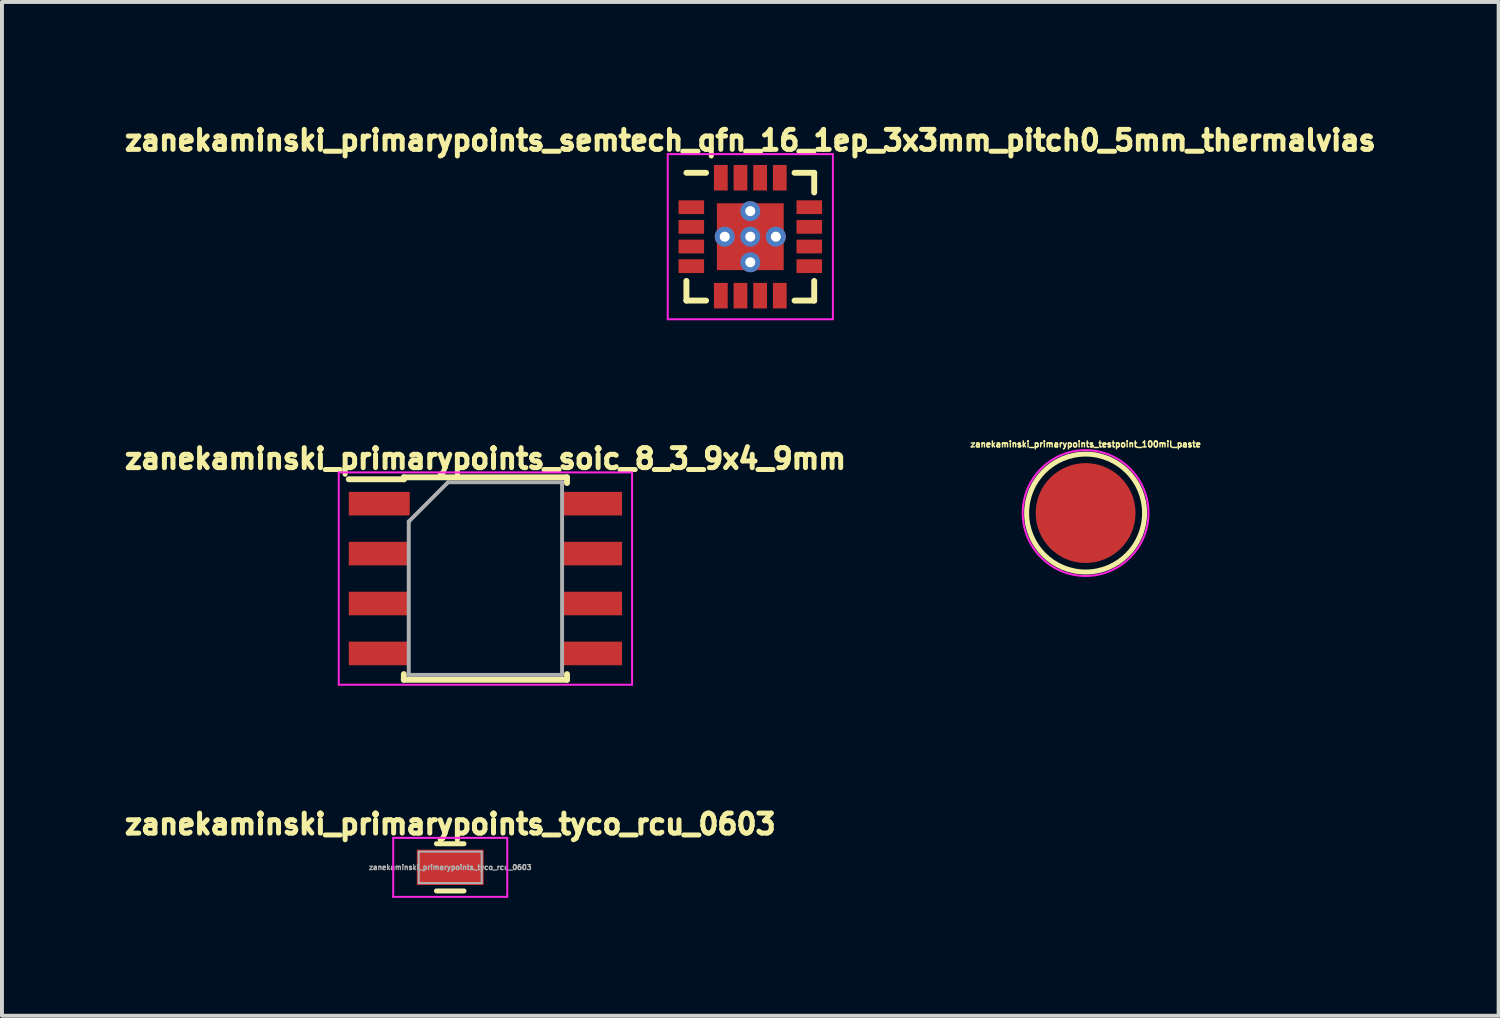
<source format=kicad_pcb>
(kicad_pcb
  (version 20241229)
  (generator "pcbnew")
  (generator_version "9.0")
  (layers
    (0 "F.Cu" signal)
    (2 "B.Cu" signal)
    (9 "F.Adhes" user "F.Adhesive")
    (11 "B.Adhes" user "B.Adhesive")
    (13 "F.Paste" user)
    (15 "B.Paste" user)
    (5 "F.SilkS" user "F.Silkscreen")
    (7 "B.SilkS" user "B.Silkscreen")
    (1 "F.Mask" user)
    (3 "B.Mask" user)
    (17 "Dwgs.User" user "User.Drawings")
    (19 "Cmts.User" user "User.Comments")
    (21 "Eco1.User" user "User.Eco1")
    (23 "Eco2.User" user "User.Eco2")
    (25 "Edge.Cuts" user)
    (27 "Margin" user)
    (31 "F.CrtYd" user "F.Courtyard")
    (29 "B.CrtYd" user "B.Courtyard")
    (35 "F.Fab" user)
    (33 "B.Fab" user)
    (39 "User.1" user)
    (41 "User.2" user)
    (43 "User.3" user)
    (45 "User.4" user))
  (footprint "zanekaminski_primarypoints_testpoint_100mil_paste"
    (layer "F.Cu")
    (at 24.561 9.999)
    (property "Reference" "zanekaminski_primarypoints_testpoint_100mil_paste" (at 0 -1.75 0) (layer "F.SilkS") (effects (font (size 0.15 0.15) (thickness 0.037))))
    (attr through_hole)
    (fp_circle (center 0 0) (end 0 1.5) (stroke (width 0.127) (type solid)) (fill no) (layer "F.SilkS"))
    (fp_circle (center 0 0) (end 0 -1.6) (stroke (width 0.05) (type solid)) (fill no) (layer "F.CrtYd"))
    (pad "1" smd circle (at 0 0) (size 2.54 2.54) (layers "F.Cu" "F.Mask" "F.Paste")))
  (footprint "zanekaminski_primarypoints_semtech_qfn_16_1ep_3x3mm_pitch0_5mm_thermalvias"
    (layer "F.Cu")
    (at 16.033 2.97)
    (property "Reference" "zanekaminski_primarypoints_semtech_qfn_16_1ep_3x3mm_pitch0_5mm_thermalvias" (at 0 -2.45 0) (layer "F.SilkS") (effects (font (size 0.508 0.508) (thickness 0.127))))
    (attr smd)
    (fp_line (start -1.625 -1.625) (end -1.125 -1.625) (stroke (width 0.15) (type solid)) (layer "F.SilkS"))
    (fp_line (start -1.625 1.625) (end -1.625 1.125) (stroke (width 0.15) (type solid)) (layer "F.SilkS"))
    (fp_line (start -1.625 1.625) (end -1.125 1.625) (stroke (width 0.15) (type solid)) (layer "F.SilkS"))
    (fp_line (start 1.625 -1.625) (end 1.125 -1.625) (stroke (width 0.15) (type solid)) (layer "F.SilkS"))
    (fp_line (start 1.625 -1.625) (end 1.625 -1.125) (stroke (width 0.15) (type solid)) (layer "F.SilkS"))
    (fp_line (start 1.625 1.625) (end 1.125 1.625) (stroke (width 0.15) (type solid)) (layer "F.SilkS"))
    (fp_line (start 1.625 1.625) (end 1.625 1.125) (stroke (width 0.15) (type solid)) (layer "F.SilkS"))
    (fp_line (start -2.1 -2.1) (end -2.1 2.1) (stroke (width 0.05) (type solid)) (layer "F.CrtYd"))
    (fp_line (start -2.1 -2.1) (end 2.1 -2.1) (stroke (width 0.05) (type solid)) (layer "F.CrtYd"))
    (fp_line (start -2.1 2.1) (end 2.1 2.1) (stroke (width 0.05) (type solid)) (layer "F.CrtYd"))
    (fp_line (start 2.1 -2.1) (end 2.1 2.1) (stroke (width 0.05) (type solid)) (layer "F.CrtYd"))
    (pad "" smd rect (at -0.425 -0.425) (size 0.85 0.85) (layers "F.Paste"))
    (pad "" smd rect (at -0.425 0.425) (size 0.85 0.85) (layers "F.Paste"))
    (pad "" smd rect (at 0.425 -0.425) (size 0.85 0.85) (layers "F.Paste"))
    (pad "" smd rect (at 0.425 0.425) (size 0.85 0.85) (layers "F.Paste"))
    (pad "1" smd rect (at -1.5 -0.75) (size 0.65 0.35) (layers "F.Cu" "F.Mask" "F.Paste"))
    (pad "2" smd rect (at -1.5 -0.25) (size 0.65 0.35) (layers "F.Cu" "F.Mask" "F.Paste"))
    (pad "3" smd rect (at -1.5 0.25) (size 0.65 0.35) (layers "F.Cu" "F.Mask" "F.Paste"))
    (pad "4" smd rect (at -1.5 0.75) (size 0.65 0.35) (layers "F.Cu" "F.Mask" "F.Paste"))
    (pad "5" smd rect (at -0.75 1.5) (size 0.35 0.65) (layers "F.Cu" "F.Mask" "F.Paste"))
    (pad "6" smd rect (at -0.25 1.5) (size 0.35 0.65) (layers "F.Cu" "F.Mask" "F.Paste"))
    (pad "7" smd rect (at 0.25 1.5) (size 0.35 0.65) (layers "F.Cu" "F.Mask" "F.Paste"))
    (pad "8" smd rect (at 0.75 1.5) (size 0.35 0.65) (layers "F.Cu" "F.Mask" "F.Paste"))
    (pad "9" smd rect (at 1.5 0.75) (size 0.65 0.35) (layers "F.Cu" "F.Mask" "F.Paste"))
    (pad "10" smd rect (at 1.5 0.25) (size 0.65 0.35) (layers "F.Cu" "F.Mask" "F.Paste"))
    (pad "11" smd rect (at 1.5 -0.25) (size 0.65 0.35) (layers "F.Cu" "F.Mask" "F.Paste"))
    (pad "12" smd rect (at 1.5 -0.75) (size 0.65 0.35) (layers "F.Cu" "F.Mask" "F.Paste"))
    (pad "13" smd rect (at 0.75 -1.5) (size 0.35 0.65) (layers "F.Cu" "F.Mask" "F.Paste"))
    (pad "14" smd rect (at 0.25 -1.5) (size 0.35 0.65) (layers "F.Cu" "F.Mask" "F.Paste"))
    (pad "15" smd rect (at -0.25 -1.5) (size 0.35 0.65) (layers "F.Cu" "F.Mask" "F.Paste"))
    (pad "16" smd rect (at -0.75 -1.5) (size 0.35 0.65) (layers "F.Cu" "F.Mask" "F.Paste"))
    (pad "17" thru_hole circle (at -0.65 0) (size 0.508 0.508) (drill 0.254) (layers "*.Cu"))
    (pad "17" thru_hole circle (at 0 -0.65) (size 0.508 0.508) (drill 0.254) (layers "*.Cu"))
    (pad "17" thru_hole circle (at 0 0) (size 0.508 0.508) (drill 0.254) (layers "*.Cu" "*.Mask"))
    (pad "17" smd rect (at 0 0) (size 1.7 1.7) (layers "F.Cu" "F.Mask"))
    (pad "17" thru_hole circle (at 0 0.65) (size 0.508 0.508) (drill 0.254) (layers "*.Cu"))
    (pad "17" thru_hole circle (at 0.65 0) (size 0.508 0.508) (drill 0.254) (layers "*.Cu")))
  (footprint "zanekaminski_primarypoints_soic_8_3_9x4_9mm"
    (layer "F.Cu")
    (at 9.296 11.665)
    (property "Reference" "zanekaminski_primarypoints_soic_8_3_9x4_9mm" (at 0 -3.05 0) (layer "F.SilkS") (effects (font (size 0.508 0.508) (thickness 0.127))))
    (attr smd)
    (fp_line (start -2.075 -2.575) (end -2.075 -2.525) (stroke (width 0.15) (type solid)) (layer "F.SilkS"))
    (fp_line (start -2.075 -2.575) (end 2.075 -2.575) (stroke (width 0.15) (type solid)) (layer "F.SilkS"))
    (fp_line (start -2.075 -2.525) (end -3.475 -2.525) (stroke (width 0.15) (type solid)) (layer "F.SilkS"))
    (fp_line (start -2.075 2.575) (end -2.075 2.43) (stroke (width 0.15) (type solid)) (layer "F.SilkS"))
    (fp_line (start -2.075 2.575) (end 2.075 2.575) (stroke (width 0.15) (type solid)) (layer "F.SilkS"))
    (fp_line (start 2.075 -2.575) (end 2.075 -2.43) (stroke (width 0.15) (type solid)) (layer "F.SilkS"))
    (fp_line (start 2.075 2.575) (end 2.075 2.43) (stroke (width 0.15) (type solid)) (layer "F.SilkS"))
    (fp_line (start -3.73 -2.7) (end -3.73 2.7) (stroke (width 0.05) (type solid)) (layer "F.CrtYd"))
    (fp_line (start -3.73 -2.7) (end 3.73 -2.7) (stroke (width 0.05) (type solid)) (layer "F.CrtYd"))
    (fp_line (start -3.73 2.7) (end 3.73 2.7) (stroke (width 0.05) (type solid)) (layer "F.CrtYd"))
    (fp_line (start 3.73 -2.7) (end 3.73 2.7) (stroke (width 0.05) (type solid)) (layer "F.CrtYd"))
    (fp_line (start -1.95 -1.45) (end -0.95 -2.45) (stroke (width 0.1) (type solid)) (layer "F.Fab"))
    (fp_line (start -1.95 2.45) (end -1.95 -1.45) (stroke (width 0.1) (type solid)) (layer "F.Fab"))
    (fp_line (start -0.95 -2.45) (end 1.95 -2.45) (stroke (width 0.1) (type solid)) (layer "F.Fab"))
    (fp_line (start 1.95 -2.45) (end 1.95 2.45) (stroke (width 0.1) (type solid)) (layer "F.Fab"))
    (fp_line (start 1.95 2.45) (end -1.95 2.45) (stroke (width 0.1) (type solid)) (layer "F.Fab"))
    (pad "1" smd rect (at -2.7 -1.905) (size 1.55 0.6) (layers "F.Cu" "F.Mask" "F.Paste"))
    (pad "2" smd rect (at -2.7 -0.635) (size 1.55 0.6) (layers "F.Cu" "F.Mask" "F.Paste"))
    (pad "3" smd rect (at -2.7 0.635) (size 1.55 0.6) (layers "F.Cu" "F.Mask" "F.Paste"))
    (pad "4" smd rect (at -2.7 1.905) (size 1.55 0.6) (layers "F.Cu" "F.Mask" "F.Paste"))
    (pad "5" smd rect (at 2.7 1.905) (size 1.55 0.6) (layers "F.Cu" "F.Mask" "F.Paste"))
    (pad "6" smd rect (at 2.7 0.635) (size 1.55 0.6) (layers "F.Cu" "F.Mask" "F.Paste"))
    (pad "7" smd rect (at 2.7 -0.635) (size 1.55 0.6) (layers "F.Cu" "F.Mask" "F.Paste"))
    (pad "8" smd rect (at 2.7 -1.905) (size 1.55 0.6) (layers "F.Cu" "F.Mask" "F.Paste")))
  (footprint "zanekaminski_primarypoints_tyco_rcu_0603"
    (layer "F.Cu")
    (at 8.401 19.01)
    (property "Reference" "zanekaminski_primarypoints_tyco_rcu_0603" (at 0 -1.1 0) (layer "F.SilkS") (effects (font (size 0.508 0.508) (thickness 0.127))))
    (attr smd)
    (fp_line (start -0.35 -0.6) (end 0.35 -0.6) (stroke (width 0.127) (type solid)) (layer "F.SilkS"))
    (fp_line (start 0.35 0.6) (end -0.35 0.6) (stroke (width 0.127) (type solid)) (layer "F.SilkS"))
    (fp_line (start -1.45 -0.75) (end -1.45 0.75) (stroke (width 0.05) (type solid)) (layer "F.CrtYd"))
    (fp_line (start -1.45 -0.75) (end 1.45 -0.75) (stroke (width 0.05) (type solid)) (layer "F.CrtYd"))
    (fp_line (start -1.45 0.75) (end 1.45 0.75) (stroke (width 0.05) (type solid)) (layer "F.CrtYd"))
    (fp_line (start 1.45 -0.75) (end 1.45 0.75) (stroke (width 0.05) (type solid)) (layer "F.CrtYd"))
    (fp_line (start -0.8 -0.4) (end 0.8 -0.4) (stroke (width 0.05) (type solid)) (layer "F.Fab"))
    (fp_line (start -0.8 0.4) (end -0.8 -0.4) (stroke (width 0.05) (type solid)) (layer "F.Fab"))
    (fp_line (start 0.8 -0.4) (end 0.8 0.4) (stroke (width 0.05) (type solid)) (layer "F.Fab"))
    (fp_line (start 0.8 0.4) (end -0.8 0.4) (stroke (width 0.05) (type solid)) (layer "F.Fab"))
    (fp_text user "${REFERENCE}" (at 0 0 0) (layer "F.Fab") (effects (font (size 0.127 0.127) (thickness 0.032))))
    (pad "1" smd rect (at 0 0) (size 1.7 0.9) (layers "F.Cu" "F.Mask" "F.Paste")))
  (gr_rect
    (start -3 -3)
    (end 35.066 22.785)
    (stroke (width 0.1) (type default))
    (fill no)
    (layer "Edge.Cuts")))
</source>
